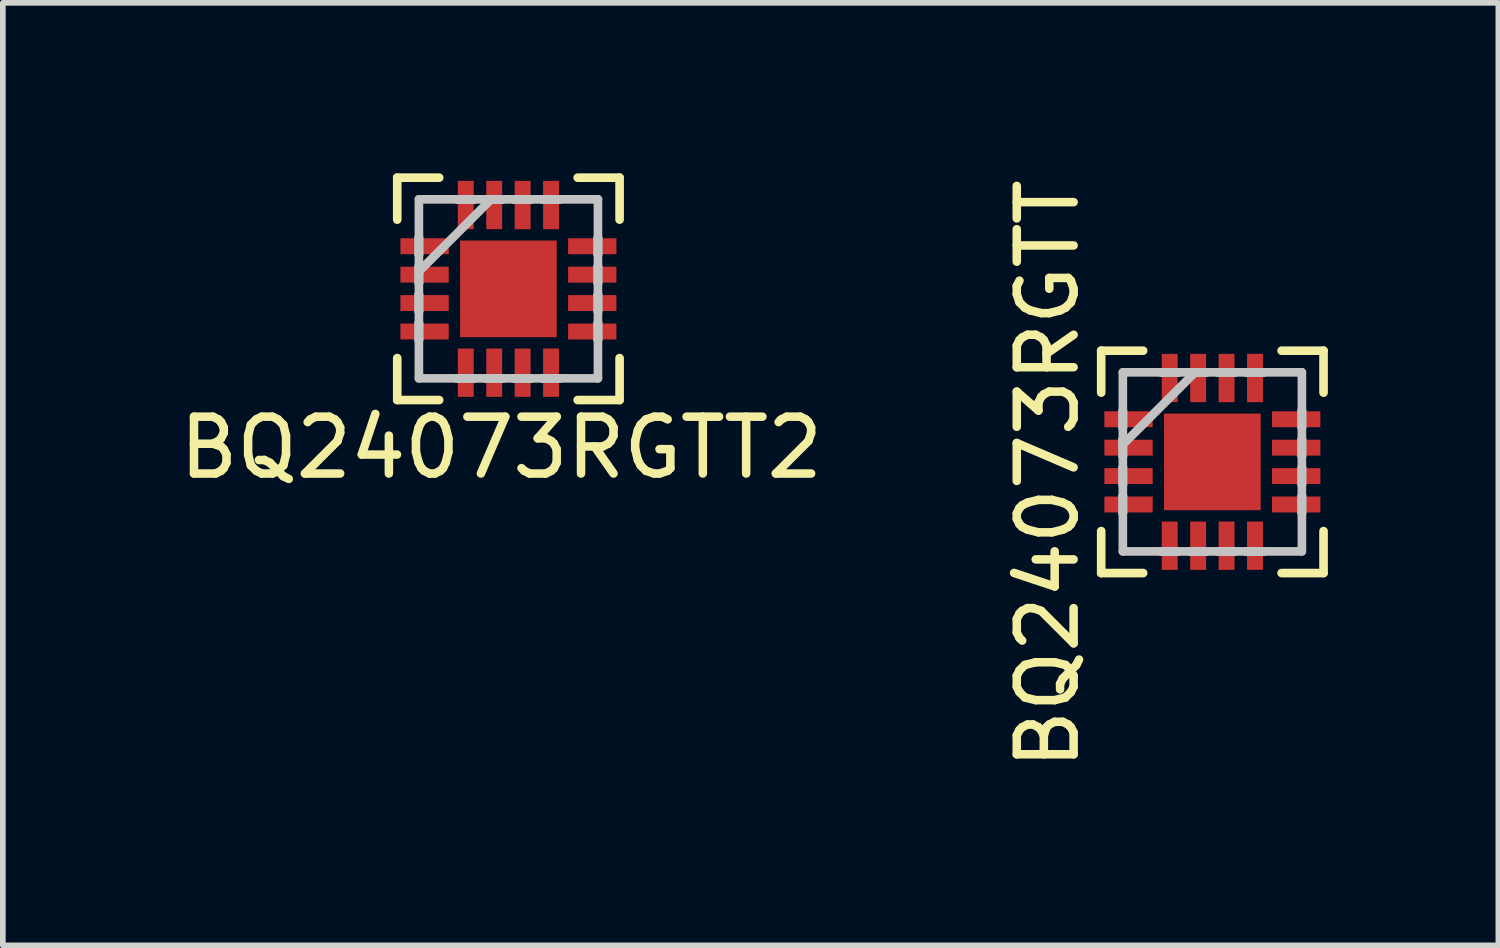
<source format=kicad_pcb>
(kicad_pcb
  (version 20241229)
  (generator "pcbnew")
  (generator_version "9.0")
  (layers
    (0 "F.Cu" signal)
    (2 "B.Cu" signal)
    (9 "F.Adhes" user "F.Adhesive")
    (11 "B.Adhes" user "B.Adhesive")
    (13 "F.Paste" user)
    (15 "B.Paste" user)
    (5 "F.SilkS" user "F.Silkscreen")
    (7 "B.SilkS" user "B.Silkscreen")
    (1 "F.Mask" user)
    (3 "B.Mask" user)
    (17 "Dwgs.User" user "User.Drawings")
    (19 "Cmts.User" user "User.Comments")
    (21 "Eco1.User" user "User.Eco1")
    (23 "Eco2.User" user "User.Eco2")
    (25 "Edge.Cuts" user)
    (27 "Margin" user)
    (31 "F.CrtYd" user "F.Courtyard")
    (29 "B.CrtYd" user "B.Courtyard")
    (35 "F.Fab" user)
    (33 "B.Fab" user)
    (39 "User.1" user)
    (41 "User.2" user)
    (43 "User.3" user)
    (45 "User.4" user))
  (footprint "BQ24073RGTT2"
    (layer "F.Cu")
    (at 5.895 2.032)
    (property "Reference" "BQ24073RGTT2" (at -0.127 2.794 0) (layer "F.SilkS") (effects (font (size 1 1) (thickness 0.15))))
    (attr through_hole)
    (fp_line (start -1.956 -1.956) (end -1.956 -1.218) (stroke (width 0.152) (type solid)) (layer "F.SilkS"))
    (fp_line (start -1.956 1.218) (end -1.956 1.956) (stroke (width 0.152) (type solid)) (layer "F.SilkS"))
    (fp_line (start -1.956 1.956) (end -1.218 1.956) (stroke (width 0.152) (type solid)) (layer "F.SilkS"))
    (fp_line (start -1.218 -1.956) (end -1.956 -1.956) (stroke (width 0.152) (type solid)) (layer "F.SilkS"))
    (fp_line (start 1.218 1.956) (end 1.956 1.956) (stroke (width 0.152) (type solid)) (layer "F.SilkS"))
    (fp_line (start 1.956 -1.956) (end 1.218 -1.956) (stroke (width 0.152) (type solid)) (layer "F.SilkS"))
    (fp_line (start 1.956 -1.218) (end 1.956 -1.956) (stroke (width 0.152) (type solid)) (layer "F.SilkS"))
    (fp_line (start 1.956 1.956) (end 1.956 1.218) (stroke (width 0.152) (type solid)) (layer "F.SilkS"))
    (fp_line (start -1.575 -1.575) (end -1.575 1.575) (stroke (width 0.152) (type solid)) (layer "Dwgs.User"))
    (fp_line (start -1.575 -0.9) (end -1.575 -0.9) (stroke (width 0.152) (type solid)) (layer "Dwgs.User"))
    (fp_line (start -1.575 -0.9) (end -1.575 -0.6) (stroke (width 0.152) (type solid)) (layer "Dwgs.User"))
    (fp_line (start -1.575 -0.6) (end -1.575 -0.9) (stroke (width 0.152) (type solid)) (layer "Dwgs.User"))
    (fp_line (start -1.575 -0.6) (end -1.575 -0.6) (stroke (width 0.152) (type solid)) (layer "Dwgs.User"))
    (fp_line (start -1.575 -0.4) (end -1.575 -0.4) (stroke (width 0.152) (type solid)) (layer "Dwgs.User"))
    (fp_line (start -1.575 -0.4) (end -1.575 -0.1) (stroke (width 0.152) (type solid)) (layer "Dwgs.User"))
    (fp_line (start -1.575 -0.305) (end -0.305 -1.575) (stroke (width 0.152) (type solid)) (layer "Dwgs.User"))
    (fp_line (start -1.575 -0.1) (end -1.575 -0.4) (stroke (width 0.152) (type solid)) (layer "Dwgs.User"))
    (fp_line (start -1.575 -0.1) (end -1.575 -0.1) (stroke (width 0.152) (type solid)) (layer "Dwgs.User"))
    (fp_line (start -1.575 0.1) (end -1.575 0.1) (stroke (width 0.152) (type solid)) (layer "Dwgs.User"))
    (fp_line (start -1.575 0.1) (end -1.575 0.4) (stroke (width 0.152) (type solid)) (layer "Dwgs.User"))
    (fp_line (start -1.575 0.4) (end -1.575 0.1) (stroke (width 0.152) (type solid)) (layer "Dwgs.User"))
    (fp_line (start -1.575 0.4) (end -1.575 0.4) (stroke (width 0.152) (type solid)) (layer "Dwgs.User"))
    (fp_line (start -1.575 0.6) (end -1.575 0.6) (stroke (width 0.152) (type solid)) (layer "Dwgs.User"))
    (fp_line (start -1.575 0.6) (end -1.575 0.9) (stroke (width 0.152) (type solid)) (layer "Dwgs.User"))
    (fp_line (start -1.575 0.9) (end -1.575 0.6) (stroke (width 0.152) (type solid)) (layer "Dwgs.User"))
    (fp_line (start -1.575 0.9) (end -1.575 0.9) (stroke (width 0.152) (type solid)) (layer "Dwgs.User"))
    (fp_line (start -1.575 1.575) (end 1.575 1.575) (stroke (width 0.152) (type solid)) (layer "Dwgs.User"))
    (fp_line (start -0.9 -1.575) (end -0.9 -1.575) (stroke (width 0.152) (type solid)) (layer "Dwgs.User"))
    (fp_line (start -0.9 -1.575) (end -0.6 -1.575) (stroke (width 0.152) (type solid)) (layer "Dwgs.User"))
    (fp_line (start -0.9 1.575) (end -0.9 1.575) (stroke (width 0.152) (type solid)) (layer "Dwgs.User"))
    (fp_line (start -0.9 1.575) (end -0.6 1.575) (stroke (width 0.152) (type solid)) (layer "Dwgs.User"))
    (fp_line (start -0.6 -1.575) (end -0.9 -1.575) (stroke (width 0.152) (type solid)) (layer "Dwgs.User"))
    (fp_line (start -0.6 -1.575) (end -0.6 -1.575) (stroke (width 0.152) (type solid)) (layer "Dwgs.User"))
    (fp_line (start -0.6 1.575) (end -0.9 1.575) (stroke (width 0.152) (type solid)) (layer "Dwgs.User"))
    (fp_line (start -0.6 1.575) (end -0.6 1.575) (stroke (width 0.152) (type solid)) (layer "Dwgs.User"))
    (fp_line (start -0.4 -1.575) (end -0.4 -1.575) (stroke (width 0.152) (type solid)) (layer "Dwgs.User"))
    (fp_line (start -0.4 -1.575) (end -0.1 -1.575) (stroke (width 0.152) (type solid)) (layer "Dwgs.User"))
    (fp_line (start -0.4 1.575) (end -0.4 1.575) (stroke (width 0.152) (type solid)) (layer "Dwgs.User"))
    (fp_line (start -0.4 1.575) (end -0.1 1.575) (stroke (width 0.152) (type solid)) (layer "Dwgs.User"))
    (fp_line (start -0.1 -1.575) (end -0.4 -1.575) (stroke (width 0.152) (type solid)) (layer "Dwgs.User"))
    (fp_line (start -0.1 -1.575) (end -0.1 -1.575) (stroke (width 0.152) (type solid)) (layer "Dwgs.User"))
    (fp_line (start -0.1 1.575) (end -0.4 1.575) (stroke (width 0.152) (type solid)) (layer "Dwgs.User"))
    (fp_line (start -0.1 1.575) (end -0.1 1.575) (stroke (width 0.152) (type solid)) (layer "Dwgs.User"))
    (fp_line (start 0.1 -1.575) (end 0.1 -1.575) (stroke (width 0.152) (type solid)) (layer "Dwgs.User"))
    (fp_line (start 0.1 -1.575) (end 0.4 -1.575) (stroke (width 0.152) (type solid)) (layer "Dwgs.User"))
    (fp_line (start 0.1 1.575) (end 0.1 1.575) (stroke (width 0.152) (type solid)) (layer "Dwgs.User"))
    (fp_line (start 0.1 1.575) (end 0.4 1.575) (stroke (width 0.152) (type solid)) (layer "Dwgs.User"))
    (fp_line (start 0.4 -1.575) (end 0.1 -1.575) (stroke (width 0.152) (type solid)) (layer "Dwgs.User"))
    (fp_line (start 0.4 -1.575) (end 0.4 -1.575) (stroke (width 0.152) (type solid)) (layer "Dwgs.User"))
    (fp_line (start 0.4 1.575) (end 0.1 1.575) (stroke (width 0.152) (type solid)) (layer "Dwgs.User"))
    (fp_line (start 0.4 1.575) (end 0.4 1.575) (stroke (width 0.152) (type solid)) (layer "Dwgs.User"))
    (fp_line (start 0.6 -1.575) (end 0.6 -1.575) (stroke (width 0.152) (type solid)) (layer "Dwgs.User"))
    (fp_line (start 0.6 -1.575) (end 0.9 -1.575) (stroke (width 0.152) (type solid)) (layer "Dwgs.User"))
    (fp_line (start 0.6 1.575) (end 0.6 1.575) (stroke (width 0.152) (type solid)) (layer "Dwgs.User"))
    (fp_line (start 0.6 1.575) (end 0.9 1.575) (stroke (width 0.152) (type solid)) (layer "Dwgs.User"))
    (fp_line (start 0.9 -1.575) (end 0.6 -1.575) (stroke (width 0.152) (type solid)) (layer "Dwgs.User"))
    (fp_line (start 0.9 -1.575) (end 0.9 -1.575) (stroke (width 0.152) (type solid)) (layer "Dwgs.User"))
    (fp_line (start 0.9 1.575) (end 0.6 1.575) (stroke (width 0.152) (type solid)) (layer "Dwgs.User"))
    (fp_line (start 0.9 1.575) (end 0.9 1.575) (stroke (width 0.152) (type solid)) (layer "Dwgs.User"))
    (fp_line (start 1.575 -1.575) (end -1.575 -1.575) (stroke (width 0.152) (type solid)) (layer "Dwgs.User"))
    (fp_line (start 1.575 -0.9) (end 1.575 -0.9) (stroke (width 0.152) (type solid)) (layer "Dwgs.User"))
    (fp_line (start 1.575 -0.9) (end 1.575 -0.6) (stroke (width 0.152) (type solid)) (layer "Dwgs.User"))
    (fp_line (start 1.575 -0.6) (end 1.575 -0.9) (stroke (width 0.152) (type solid)) (layer "Dwgs.User"))
    (fp_line (start 1.575 -0.6) (end 1.575 -0.6) (stroke (width 0.152) (type solid)) (layer "Dwgs.User"))
    (fp_line (start 1.575 -0.4) (end 1.575 -0.4) (stroke (width 0.152) (type solid)) (layer "Dwgs.User"))
    (fp_line (start 1.575 -0.4) (end 1.575 -0.1) (stroke (width 0.152) (type solid)) (layer "Dwgs.User"))
    (fp_line (start 1.575 -0.1) (end 1.575 -0.4) (stroke (width 0.152) (type solid)) (layer "Dwgs.User"))
    (fp_line (start 1.575 -0.1) (end 1.575 -0.1) (stroke (width 0.152) (type solid)) (layer "Dwgs.User"))
    (fp_line (start 1.575 0.1) (end 1.575 0.1) (stroke (width 0.152) (type solid)) (layer "Dwgs.User"))
    (fp_line (start 1.575 0.1) (end 1.575 0.4) (stroke (width 0.152) (type solid)) (layer "Dwgs.User"))
    (fp_line (start 1.575 0.4) (end 1.575 0.1) (stroke (width 0.152) (type solid)) (layer "Dwgs.User"))
    (fp_line (start 1.575 0.4) (end 1.575 0.4) (stroke (width 0.152) (type solid)) (layer "Dwgs.User"))
    (fp_line (start 1.575 0.6) (end 1.575 0.6) (stroke (width 0.152) (type solid)) (layer "Dwgs.User"))
    (fp_line (start 1.575 0.6) (end 1.575 0.9) (stroke (width 0.152) (type solid)) (layer "Dwgs.User"))
    (fp_line (start 1.575 0.9) (end 1.575 0.6) (stroke (width 0.152) (type solid)) (layer "Dwgs.User"))
    (fp_line (start 1.575 0.9) (end 1.575 0.9) (stroke (width 0.152) (type solid)) (layer "Dwgs.User"))
    (fp_line (start 1.575 1.575) (end 1.575 -1.575) (stroke (width 0.152) (type solid)) (layer "Dwgs.User"))
    (fp_circle (center -0.394 -0.394) (end -0.203 -0.394) (stroke (width 0.152) (type solid)) (fill no) (layer "Eco1.User"))
    (fp_circle (center -0.394 0.394) (end -0.203 0.394) (stroke (width 0.152) (type solid)) (fill no) (layer "Eco1.User"))
    (fp_circle (center 0.394 -0.394) (end 0.584 -0.394) (stroke (width 0.152) (type solid)) (fill no) (layer "Eco1.User"))
    (fp_circle (center 0.394 0.394) (end 0.584 0.394) (stroke (width 0.152) (type solid)) (fill no) (layer "Eco1.User"))
    (pad "" smd rect (at 0 0) (size 0.025 0.025) (layers "F.Mask"))
    (pad "" smd rect (at 0 0) (size 0.025 0.025) (layers "F.Paste"))
    (pad "1" smd rect (at -1.475 -0.75 90) (size 0.28 0.85) (layers "F.Cu"))
    (pad "2" smd rect (at -1.475 -0.25 90) (size 0.28 0.85) (layers "F.Cu"))
    (pad "3" smd rect (at -1.475 0.25 90) (size 0.28 0.85) (layers "F.Cu"))
    (pad "4" smd rect (at -1.475 0.75 90) (size 0.28 0.85) (layers "F.Cu"))
    (pad "5" smd rect (at -0.75 1.475) (size 0.28 0.85) (layers "F.Cu"))
    (pad "6" smd rect (at -0.25 1.475) (size 0.28 0.85) (layers "F.Cu"))
    (pad "7" smd rect (at 0.25 1.475) (size 0.28 0.85) (layers "F.Cu"))
    (pad "8" smd rect (at 0.75 1.475) (size 0.28 0.85) (layers "F.Cu"))
    (pad "9" smd rect (at 1.475 0.75 90) (size 0.28 0.85) (layers "F.Cu"))
    (pad "10" smd rect (at 1.475 0.25 90) (size 0.28 0.85) (layers "F.Cu"))
    (pad "11" smd rect (at 1.475 -0.25 90) (size 0.28 0.85) (layers "F.Cu"))
    (pad "12" smd rect (at 1.475 -0.75 90) (size 0.28 0.85) (layers "F.Cu"))
    (pad "13" smd rect (at 0.75 -1.475) (size 0.28 0.85) (layers "F.Cu"))
    (pad "14" smd rect (at 0.25 -1.475) (size 0.28 0.85) (layers "F.Cu"))
    (pad "15" smd rect (at -0.25 -1.475) (size 0.28 0.85) (layers "F.Cu"))
    (pad "16" smd rect (at -0.75 -1.475) (size 0.28 0.85) (layers "F.Cu"))
    (pad "17" smd rect (at 0 0) (size 1.7 1.7) (layers "F.Cu")))
  (footprint "BQ24073RGTT"
    (layer "F.Cu")
    (at 18.28 5.076)
    (property "Reference" "BQ24073RGTT" (at -2.896 0.216 90) (layer "F.SilkS") (effects (font (size 1 1) (thickness 0.15))))
    (attr through_hole)
    (fp_line (start -1.956 -1.956) (end -1.956 -1.218) (stroke (width 0.152) (type solid)) (layer "F.SilkS"))
    (fp_line (start -1.956 1.218) (end -1.956 1.956) (stroke (width 0.152) (type solid)) (layer "F.SilkS"))
    (fp_line (start -1.956 1.956) (end -1.218 1.956) (stroke (width 0.152) (type solid)) (layer "F.SilkS"))
    (fp_line (start -1.218 -1.956) (end -1.956 -1.956) (stroke (width 0.152) (type solid)) (layer "F.SilkS"))
    (fp_line (start 1.218 1.956) (end 1.956 1.956) (stroke (width 0.152) (type solid)) (layer "F.SilkS"))
    (fp_line (start 1.956 -1.956) (end 1.218 -1.956) (stroke (width 0.152) (type solid)) (layer "F.SilkS"))
    (fp_line (start 1.956 -1.218) (end 1.956 -1.956) (stroke (width 0.152) (type solid)) (layer "F.SilkS"))
    (fp_line (start 1.956 1.956) (end 1.956 1.218) (stroke (width 0.152) (type solid)) (layer "F.SilkS"))
    (fp_line (start -1.575 -1.575) (end -1.575 1.575) (stroke (width 0.152) (type solid)) (layer "Dwgs.User"))
    (fp_line (start -1.575 -0.9) (end -1.575 -0.9) (stroke (width 0.152) (type solid)) (layer "Dwgs.User"))
    (fp_line (start -1.575 -0.9) (end -1.575 -0.6) (stroke (width 0.152) (type solid)) (layer "Dwgs.User"))
    (fp_line (start -1.575 -0.6) (end -1.575 -0.9) (stroke (width 0.152) (type solid)) (layer "Dwgs.User"))
    (fp_line (start -1.575 -0.6) (end -1.575 -0.6) (stroke (width 0.152) (type solid)) (layer "Dwgs.User"))
    (fp_line (start -1.575 -0.4) (end -1.575 -0.4) (stroke (width 0.152) (type solid)) (layer "Dwgs.User"))
    (fp_line (start -1.575 -0.4) (end -1.575 -0.1) (stroke (width 0.152) (type solid)) (layer "Dwgs.User"))
    (fp_line (start -1.575 -0.305) (end -0.305 -1.575) (stroke (width 0.152) (type solid)) (layer "Dwgs.User"))
    (fp_line (start -1.575 -0.1) (end -1.575 -0.4) (stroke (width 0.152) (type solid)) (layer "Dwgs.User"))
    (fp_line (start -1.575 -0.1) (end -1.575 -0.1) (stroke (width 0.152) (type solid)) (layer "Dwgs.User"))
    (fp_line (start -1.575 0.1) (end -1.575 0.1) (stroke (width 0.152) (type solid)) (layer "Dwgs.User"))
    (fp_line (start -1.575 0.1) (end -1.575 0.4) (stroke (width 0.152) (type solid)) (layer "Dwgs.User"))
    (fp_line (start -1.575 0.4) (end -1.575 0.1) (stroke (width 0.152) (type solid)) (layer "Dwgs.User"))
    (fp_line (start -1.575 0.4) (end -1.575 0.4) (stroke (width 0.152) (type solid)) (layer "Dwgs.User"))
    (fp_line (start -1.575 0.6) (end -1.575 0.6) (stroke (width 0.152) (type solid)) (layer "Dwgs.User"))
    (fp_line (start -1.575 0.6) (end -1.575 0.9) (stroke (width 0.152) (type solid)) (layer "Dwgs.User"))
    (fp_line (start -1.575 0.9) (end -1.575 0.6) (stroke (width 0.152) (type solid)) (layer "Dwgs.User"))
    (fp_line (start -1.575 0.9) (end -1.575 0.9) (stroke (width 0.152) (type solid)) (layer "Dwgs.User"))
    (fp_line (start -1.575 1.575) (end 1.575 1.575) (stroke (width 0.152) (type solid)) (layer "Dwgs.User"))
    (fp_line (start -0.9 -1.575) (end -0.9 -1.575) (stroke (width 0.152) (type solid)) (layer "Dwgs.User"))
    (fp_line (start -0.9 -1.575) (end -0.6 -1.575) (stroke (width 0.152) (type solid)) (layer "Dwgs.User"))
    (fp_line (start -0.9 1.575) (end -0.9 1.575) (stroke (width 0.152) (type solid)) (layer "Dwgs.User"))
    (fp_line (start -0.9 1.575) (end -0.6 1.575) (stroke (width 0.152) (type solid)) (layer "Dwgs.User"))
    (fp_line (start -0.6 -1.575) (end -0.9 -1.575) (stroke (width 0.152) (type solid)) (layer "Dwgs.User"))
    (fp_line (start -0.6 -1.575) (end -0.6 -1.575) (stroke (width 0.152) (type solid)) (layer "Dwgs.User"))
    (fp_line (start -0.6 1.575) (end -0.9 1.575) (stroke (width 0.152) (type solid)) (layer "Dwgs.User"))
    (fp_line (start -0.6 1.575) (end -0.6 1.575) (stroke (width 0.152) (type solid)) (layer "Dwgs.User"))
    (fp_line (start -0.4 -1.575) (end -0.4 -1.575) (stroke (width 0.152) (type solid)) (layer "Dwgs.User"))
    (fp_line (start -0.4 -1.575) (end -0.1 -1.575) (stroke (width 0.152) (type solid)) (layer "Dwgs.User"))
    (fp_line (start -0.4 1.575) (end -0.4 1.575) (stroke (width 0.152) (type solid)) (layer "Dwgs.User"))
    (fp_line (start -0.4 1.575) (end -0.1 1.575) (stroke (width 0.152) (type solid)) (layer "Dwgs.User"))
    (fp_line (start -0.1 -1.575) (end -0.4 -1.575) (stroke (width 0.152) (type solid)) (layer "Dwgs.User"))
    (fp_line (start -0.1 -1.575) (end -0.1 -1.575) (stroke (width 0.152) (type solid)) (layer "Dwgs.User"))
    (fp_line (start -0.1 1.575) (end -0.4 1.575) (stroke (width 0.152) (type solid)) (layer "Dwgs.User"))
    (fp_line (start -0.1 1.575) (end -0.1 1.575) (stroke (width 0.152) (type solid)) (layer "Dwgs.User"))
    (fp_line (start 0.1 -1.575) (end 0.1 -1.575) (stroke (width 0.152) (type solid)) (layer "Dwgs.User"))
    (fp_line (start 0.1 -1.575) (end 0.4 -1.575) (stroke (width 0.152) (type solid)) (layer "Dwgs.User"))
    (fp_line (start 0.1 1.575) (end 0.1 1.575) (stroke (width 0.152) (type solid)) (layer "Dwgs.User"))
    (fp_line (start 0.1 1.575) (end 0.4 1.575) (stroke (width 0.152) (type solid)) (layer "Dwgs.User"))
    (fp_line (start 0.4 -1.575) (end 0.1 -1.575) (stroke (width 0.152) (type solid)) (layer "Dwgs.User"))
    (fp_line (start 0.4 -1.575) (end 0.4 -1.575) (stroke (width 0.152) (type solid)) (layer "Dwgs.User"))
    (fp_line (start 0.4 1.575) (end 0.1 1.575) (stroke (width 0.152) (type solid)) (layer "Dwgs.User"))
    (fp_line (start 0.4 1.575) (end 0.4 1.575) (stroke (width 0.152) (type solid)) (layer "Dwgs.User"))
    (fp_line (start 0.6 -1.575) (end 0.6 -1.575) (stroke (width 0.152) (type solid)) (layer "Dwgs.User"))
    (fp_line (start 0.6 -1.575) (end 0.9 -1.575) (stroke (width 0.152) (type solid)) (layer "Dwgs.User"))
    (fp_line (start 0.6 1.575) (end 0.6 1.575) (stroke (width 0.152) (type solid)) (layer "Dwgs.User"))
    (fp_line (start 0.6 1.575) (end 0.9 1.575) (stroke (width 0.152) (type solid)) (layer "Dwgs.User"))
    (fp_line (start 0.9 -1.575) (end 0.6 -1.575) (stroke (width 0.152) (type solid)) (layer "Dwgs.User"))
    (fp_line (start 0.9 -1.575) (end 0.9 -1.575) (stroke (width 0.152) (type solid)) (layer "Dwgs.User"))
    (fp_line (start 0.9 1.575) (end 0.6 1.575) (stroke (width 0.152) (type solid)) (layer "Dwgs.User"))
    (fp_line (start 0.9 1.575) (end 0.9 1.575) (stroke (width 0.152) (type solid)) (layer "Dwgs.User"))
    (fp_line (start 1.575 -1.575) (end -1.575 -1.575) (stroke (width 0.152) (type solid)) (layer "Dwgs.User"))
    (fp_line (start 1.575 -0.9) (end 1.575 -0.9) (stroke (width 0.152) (type solid)) (layer "Dwgs.User"))
    (fp_line (start 1.575 -0.9) (end 1.575 -0.6) (stroke (width 0.152) (type solid)) (layer "Dwgs.User"))
    (fp_line (start 1.575 -0.6) (end 1.575 -0.9) (stroke (width 0.152) (type solid)) (layer "Dwgs.User"))
    (fp_line (start 1.575 -0.6) (end 1.575 -0.6) (stroke (width 0.152) (type solid)) (layer "Dwgs.User"))
    (fp_line (start 1.575 -0.4) (end 1.575 -0.4) (stroke (width 0.152) (type solid)) (layer "Dwgs.User"))
    (fp_line (start 1.575 -0.4) (end 1.575 -0.1) (stroke (width 0.152) (type solid)) (layer "Dwgs.User"))
    (fp_line (start 1.575 -0.1) (end 1.575 -0.4) (stroke (width 0.152) (type solid)) (layer "Dwgs.User"))
    (fp_line (start 1.575 -0.1) (end 1.575 -0.1) (stroke (width 0.152) (type solid)) (layer "Dwgs.User"))
    (fp_line (start 1.575 0.1) (end 1.575 0.1) (stroke (width 0.152) (type solid)) (layer "Dwgs.User"))
    (fp_line (start 1.575 0.1) (end 1.575 0.4) (stroke (width 0.152) (type solid)) (layer "Dwgs.User"))
    (fp_line (start 1.575 0.4) (end 1.575 0.1) (stroke (width 0.152) (type solid)) (layer "Dwgs.User"))
    (fp_line (start 1.575 0.4) (end 1.575 0.4) (stroke (width 0.152) (type solid)) (layer "Dwgs.User"))
    (fp_line (start 1.575 0.6) (end 1.575 0.6) (stroke (width 0.152) (type solid)) (layer "Dwgs.User"))
    (fp_line (start 1.575 0.6) (end 1.575 0.9) (stroke (width 0.152) (type solid)) (layer "Dwgs.User"))
    (fp_line (start 1.575 0.9) (end 1.575 0.6) (stroke (width 0.152) (type solid)) (layer "Dwgs.User"))
    (fp_line (start 1.575 0.9) (end 1.575 0.9) (stroke (width 0.152) (type solid)) (layer "Dwgs.User"))
    (fp_line (start 1.575 1.575) (end 1.575 -1.575) (stroke (width 0.152) (type solid)) (layer "Dwgs.User"))
    (pad "1" smd rect (at -1.475 -0.75 90) (size 0.28 0.85) (layers "F.Cu" "F.Mask" "F.Paste"))
    (pad "2" smd rect (at -1.475 -0.25 90) (size 0.28 0.85) (layers "F.Cu" "F.Mask" "F.Paste"))
    (pad "3" smd rect (at -1.475 0.25 90) (size 0.28 0.85) (layers "F.Cu" "F.Mask" "F.Paste"))
    (pad "4" smd rect (at -1.475 0.75 90) (size 0.28 0.85) (layers "F.Cu" "F.Mask" "F.Paste"))
    (pad "5" smd rect (at -0.75 1.475) (size 0.28 0.85) (layers "F.Cu" "F.Mask" "F.Paste"))
    (pad "6" smd rect (at -0.25 1.475) (size 0.28 0.85) (layers "F.Cu" "F.Mask" "F.Paste"))
    (pad "7" smd rect (at 0.25 1.475) (size 0.28 0.85) (layers "F.Cu" "F.Mask" "F.Paste"))
    (pad "8" smd rect (at 0.75 1.475) (size 0.28 0.85) (layers "F.Cu" "F.Mask" "F.Paste"))
    (pad "9" smd rect (at 1.475 0.75 90) (size 0.28 0.85) (layers "F.Cu" "F.Mask" "F.Paste"))
    (pad "10" smd rect (at 1.475 0.25 90) (size 0.28 0.85) (layers "F.Cu" "F.Mask" "F.Paste"))
    (pad "11" smd rect (at 1.475 -0.25 90) (size 0.28 0.85) (layers "F.Cu" "F.Mask" "F.Paste"))
    (pad "12" smd rect (at 1.475 -0.75 90) (size 0.28 0.85) (layers "F.Cu" "F.Mask" "F.Paste"))
    (pad "13" smd rect (at 0.75 -1.475) (size 0.28 0.85) (layers "F.Cu" "F.Mask" "F.Paste"))
    (pad "14" smd rect (at 0.25 -1.475) (size 0.28 0.85) (layers "F.Cu" "F.Mask" "F.Paste"))
    (pad "15" smd rect (at -0.25 -1.475) (size 0.28 0.85) (layers "F.Cu" "F.Mask" "F.Paste"))
    (pad "16" smd rect (at -0.75 -1.475) (size 0.28 0.85) (layers "F.Cu" "F.Mask" "F.Paste"))
    (pad "17" smd rect (at 0 0) (size 1.7 1.7) (layers "F.Cu" "F.Mask" "F.Paste")))
  (gr_rect
    (start -3 -3)
    (end 23.312 13.583)
    (stroke (width 0.1) (type default))
    (fill no)
    (layer "Edge.Cuts")))
</source>
